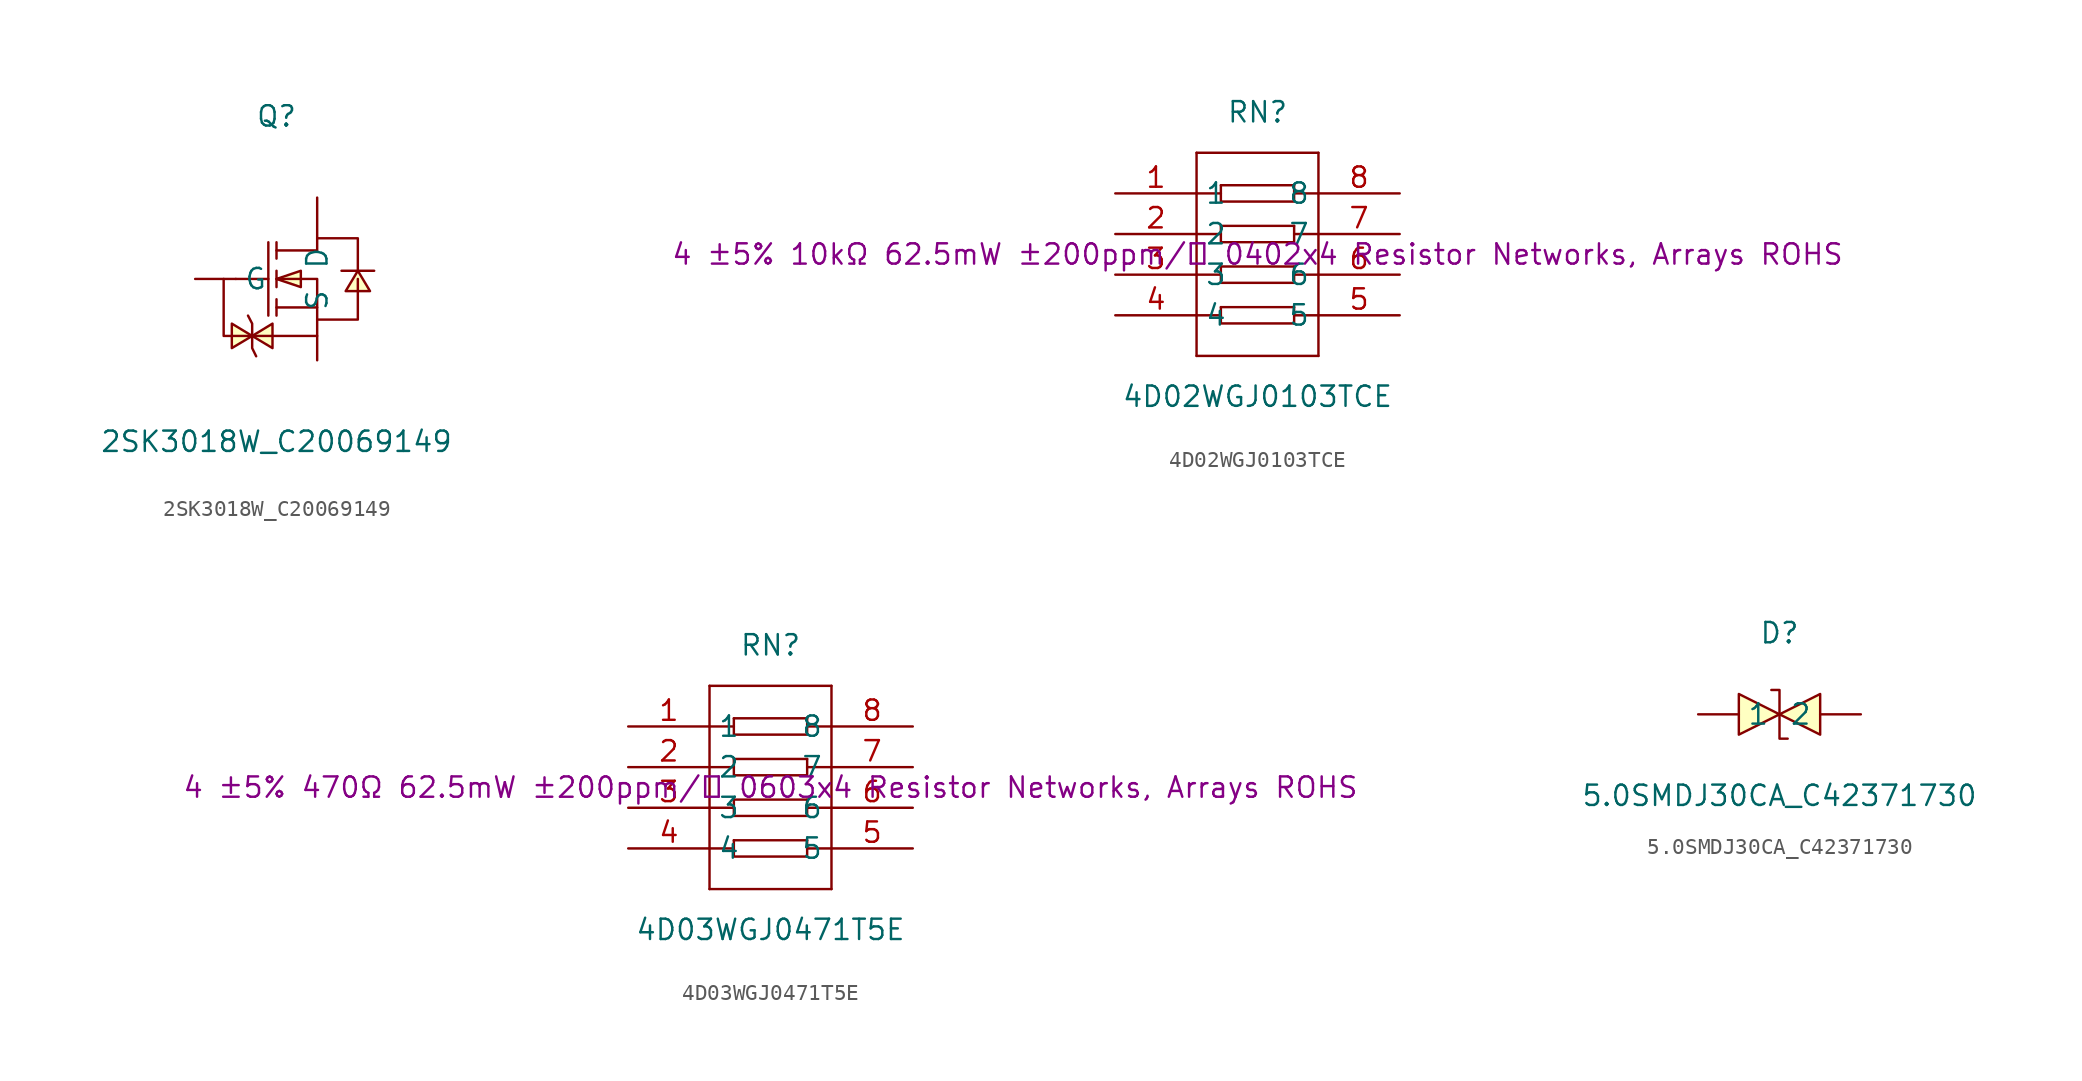
<source format=kicad_sym>
(kicad_symbol_lib
  (version 20241209)
  (generator "kicad_symbol_editor")
  (generator_version "9.0")
  (symbol "2SK3018W_C20069149"
    (pin_numbers
      (hide yes))
    (property "Reference" "Q"
      (at 0 10.16 0)
      (effects (font (size 1.27 1.27))))
    (property "Value" "2SK3018W_C20069149"
      (at 0 -10.16 0)
      (effects (font (size 1.27 1.27))))
    (symbol "2SK3018W_C20069149_0_1"
      (polyline (pts (xy -2.54 0) (xy -0.51 0)) (stroke (width 0) (type default)) (fill (type none)))
      (polyline (pts (xy -1.78 -2.29) (xy -1.52 -2.79) (xy -1.52 -4.32) (xy -1.27 -4.83)) (stroke (width 0) (type default)) (fill (type none)))
      (polyline (pts (xy -1.52 -3.56) (xy -2.79 -2.79) (xy -2.79 -4.32) (xy -1.52 -3.56)) (stroke (width 0) (type default)) (fill (type background)))
      (polyline (pts (xy -1.52 -3.56) (xy -0.25 -4.32) (xy -0.25 -2.79) (xy -1.52 -3.56)) (stroke (width 0) (type default)) (fill (type background)))
      (polyline (pts (xy -0.51 2.29) (xy -0.51 -2.29)) (stroke (width 0) (type default)) (fill (type none)))
      (polyline (pts (xy 0 2.29) (xy 0 1.27)) (stroke (width 0) (type default)) (fill (type none)))
      (polyline (pts (xy 0 1.78) (xy 2.54 1.78) (xy 2.54 2.54) (xy 5.08 2.54) (xy 5.08 2.54) (xy 5.08 0.51)) (stroke (width 0) (type default)) (fill (type none)))
      (polyline (pts (xy 0 0) (xy 1.52 -0.51) (xy 1.52 0.51) (xy 0 0)) (stroke (width 0) (type default)) (fill (type background)))
      (polyline (pts (xy 0 0) (xy 2.54 0) (xy 2.54 -2.54) (xy 5.08 -2.54) (xy 5.08 -2.54) (xy 5.08 0)) (stroke (width 0) (type default)) (fill (type none)))
      (polyline (pts (xy 0 -0.51) (xy 0 0.51)) (stroke (width 0) (type default)) (fill (type none)))
      (polyline (pts (xy 0 -2.29) (xy 0 -1.27)) (stroke (width 0) (type default)) (fill (type none)))
      (polyline (pts (xy 2.54 -1.78) (xy 0 -1.78)) (stroke (width 0) (type default)) (fill (type none)))
      (polyline (pts (xy 2.54 -3.56) (xy -3.3 -3.56) (xy -3.3 0)) (stroke (width 0) (type default)) (fill (type none)))
      (polyline (pts (xy 5.08 0.51) (xy 4.32 -0.76) (xy 5.84 -0.76) (xy 5.08 0.51)) (stroke (width 0) (type default)) (fill (type background)))
      (polyline (pts (xy 6.1 0.51) (xy 5.59 0.51) (xy 4.57 0.51) (xy 4.06 0.51)) (stroke (width 0) (type default)) (fill (type none)))
      (pin unspecified line (at -5.08 0 0) (length 2.54) (name "G" (effects (font (size 1.27 1.27)))) (number "1" (effects (font (size 1.27 1.27)))))
      (pin unspecified line (at 2.54 5.08 270) (length 2.54) (name "D" (effects (font (size 1.27 1.27)))) (number "3" (effects (font (size 1.27 1.27)))))
      (pin unspecified line (at 2.54 -5.08 90) (length 2.54) (name "S" (effects (font (size 1.27 1.27)))) (number "2" (effects (font (size 1.27 1.27)))))))
  (symbol "4D02WGJ0103TCE"
    (property "Reference" "RN"
      (at 0 8.89 0)
      (effects (font (size 1.27 1.27))))
    (property "Value" "4D02WGJ0103TCE"
      (at 0 -8.89 0)
      (effects (font (size 1.27 1.27))))
    (property "Description" "4 ±5% 10kΩ 62.5mW ±200ppm/℃ 0402x4 Resistor Networks, Arrays ROHS"
      (at 0 0 0)
      (effects (font (size 1.27 1.27))))
    (symbol "4D02WGJ0103TCE_0_1"
      (polyline (pts (xy -3.81 6.35) (xy -3.81 -6.35)) (stroke (width 0) (type default)) (fill (type none)))
      (polyline (pts (xy -3.81 6.35) (xy 3.81 6.35)) (stroke (width 0) (type default)) (fill (type none)))
      (polyline (pts (xy -3.81 3.81) (xy -2.29 3.81)) (stroke (width 0) (type default)) (fill (type none)))
      (polyline (pts (xy -3.81 1.27) (xy -2.29 1.27)) (stroke (width 0) (type default)) (fill (type none)))
      (polyline (pts (xy -3.81 -1.27) (xy -2.29 -1.27)) (stroke (width 0) (type default)) (fill (type none)))
      (polyline (pts (xy -3.81 -3.81) (xy -2.29 -3.81)) (stroke (width 0) (type default)) (fill (type none)))
      (polyline (pts (xy -3.81 -6.35) (xy 3.81 -6.35)) (stroke (width 0) (type default)) (fill (type none)))
      (polyline (pts (xy -2.29 4.32) (xy 2.29 4.32)) (stroke (width 0) (type default)) (fill (type none)))
      (polyline (pts (xy -2.29 4.32) (xy -2.29 3.3) (xy 2.29 3.3) (xy 2.29 4.32)) (stroke (width 0) (type default)) (fill (type none)))
      (polyline (pts (xy -2.29 1.78) (xy 2.29 1.78)) (stroke (width 0) (type default)) (fill (type none)))
      (polyline (pts (xy -2.29 1.78) (xy -2.29 0.76) (xy 2.29 0.76) (xy 2.29 1.78)) (stroke (width 0) (type default)) (fill (type none)))
      (polyline (pts (xy -2.29 -0.76) (xy 2.29 -0.76)) (stroke (width 0) (type default)) (fill (type none)))
      (polyline (pts (xy -2.29 -0.76) (xy -2.29 -1.78) (xy 2.29 -1.78) (xy 2.29 -0.76)) (stroke (width 0) (type default)) (fill (type none)))
      (polyline (pts (xy -2.29 -3.3) (xy 2.29 -3.3)) (stroke (width 0) (type default)) (fill (type none)))
      (polyline (pts (xy -2.29 -3.3) (xy -2.29 -4.32) (xy 2.29 -4.32) (xy 2.29 -3.3)) (stroke (width 0) (type default)) (fill (type none)))
      (polyline (pts (xy 2.29 3.81) (xy 3.81 3.81)) (stroke (width 0) (type default)) (fill (type none)))
      (polyline (pts (xy 2.29 1.27) (xy 3.81 1.27)) (stroke (width 0) (type default)) (fill (type none)))
      (polyline (pts (xy 2.29 -1.27) (xy 3.81 -1.27)) (stroke (width 0) (type default)) (fill (type none)))
      (polyline (pts (xy 2.29 -3.81) (xy 3.81 -3.81)) (stroke (width 0) (type default)) (fill (type none)))
      (polyline (pts (xy 3.81 6.35) (xy 3.81 -6.35)) (stroke (width 0) (type default)) (fill (type none)))
      (pin input line (at -8.89 3.81 0) (length 5.08) (name "1" (effects (font (size 1.27 1.27)))) (number "1" (effects (font (size 1.27 1.27)))))
      (pin input line (at -8.89 1.27 0) (length 5.08) (name "2" (effects (font (size 1.27 1.27)))) (number "2" (effects (font (size 1.27 1.27)))))
      (pin input line (at -8.89 -1.27 0) (length 5.08) (name "3" (effects (font (size 1.27 1.27)))) (number "3" (effects (font (size 1.27 1.27)))))
      (pin input line (at -8.89 -3.81 0) (length 5.08) (name "4" (effects (font (size 1.27 1.27)))) (number "4" (effects (font (size 1.27 1.27)))))
      (pin input line (at 8.89 3.81 180) (length 5.08) (name "8" (effects (font (size 1.27 1.27)))) (number "8" (effects (font (size 1.27 1.27)))))
      (pin input line (at 8.89 1.27 180) (length 5.08) (name "7" (effects (font (size 1.27 1.27)))) (number "7" (effects (font (size 1.27 1.27)))))
      (pin input line (at 8.89 -1.27 180) (length 5.08) (name "6" (effects (font (size 1.27 1.27)))) (number "6" (effects (font (size 1.27 1.27)))))
      (pin input line (at 8.89 -3.81 180) (length 5.08) (name "5" (effects (font (size 1.27 1.27)))) (number "5" (effects (font (size 1.27 1.27)))))))
  (symbol "4D03WGJ0471T5E"
    (property "Reference" "RN"
      (at 0 8.89 0)
      (effects (font (size 1.27 1.27))))
    (property "Value" "4D03WGJ0471T5E"
      (at 0 -8.89 0)
      (effects (font (size 1.27 1.27))))
    (property "Description" "4 ±5% 470Ω 62.5mW ±200ppm/℃ 0603x4 Resistor Networks, Arrays ROHS"
      (at 0 0 0)
      (effects (font (size 1.27 1.27))))
    (symbol "4D03WGJ0471T5E_0_1"
      (polyline (pts (xy -3.81 6.35) (xy -3.81 -6.35)) (stroke (width 0) (type default)) (fill (type none)))
      (polyline (pts (xy -3.81 6.35) (xy 3.81 6.35)) (stroke (width 0) (type default)) (fill (type none)))
      (polyline (pts (xy -3.81 3.81) (xy -2.29 3.81)) (stroke (width 0) (type default)) (fill (type none)))
      (polyline (pts (xy -3.81 1.27) (xy -2.29 1.27)) (stroke (width 0) (type default)) (fill (type none)))
      (polyline (pts (xy -3.81 -1.27) (xy -2.29 -1.27)) (stroke (width 0) (type default)) (fill (type none)))
      (polyline (pts (xy -3.81 -3.81) (xy -2.29 -3.81)) (stroke (width 0) (type default)) (fill (type none)))
      (polyline (pts (xy -3.81 -6.35) (xy 3.81 -6.35)) (stroke (width 0) (type default)) (fill (type none)))
      (polyline (pts (xy -2.29 4.32) (xy 2.29 4.32)) (stroke (width 0) (type default)) (fill (type none)))
      (polyline (pts (xy -2.29 4.32) (xy -2.29 3.3) (xy 2.29 3.3) (xy 2.29 4.32)) (stroke (width 0) (type default)) (fill (type none)))
      (polyline (pts (xy -2.29 1.78) (xy 2.29 1.78)) (stroke (width 0) (type default)) (fill (type none)))
      (polyline (pts (xy -2.29 1.78) (xy -2.29 0.76) (xy 2.29 0.76) (xy 2.29 1.78)) (stroke (width 0) (type default)) (fill (type none)))
      (polyline (pts (xy -2.29 -0.76) (xy 2.29 -0.76)) (stroke (width 0) (type default)) (fill (type none)))
      (polyline (pts (xy -2.29 -0.76) (xy -2.29 -1.78) (xy 2.29 -1.78) (xy 2.29 -0.76)) (stroke (width 0) (type default)) (fill (type none)))
      (polyline (pts (xy -2.29 -3.3) (xy 2.29 -3.3)) (stroke (width 0) (type default)) (fill (type none)))
      (polyline (pts (xy -2.29 -3.3) (xy -2.29 -4.32) (xy 2.29 -4.32) (xy 2.29 -3.3)) (stroke (width 0) (type default)) (fill (type none)))
      (polyline (pts (xy 2.29 3.81) (xy 3.81 3.81)) (stroke (width 0) (type default)) (fill (type none)))
      (polyline (pts (xy 2.29 1.27) (xy 3.81 1.27)) (stroke (width 0) (type default)) (fill (type none)))
      (polyline (pts (xy 2.29 -1.27) (xy 3.81 -1.27)) (stroke (width 0) (type default)) (fill (type none)))
      (polyline (pts (xy 2.29 -3.81) (xy 3.81 -3.81)) (stroke (width 0) (type default)) (fill (type none)))
      (polyline (pts (xy 3.81 6.35) (xy 3.81 -6.35)) (stroke (width 0) (type default)) (fill (type none)))
      (pin input line (at -8.89 3.81 0) (length 5.08) (name "1" (effects (font (size 1.27 1.27)))) (number "1" (effects (font (size 1.27 1.27)))))
      (pin input line (at -8.89 1.27 0) (length 5.08) (name "2" (effects (font (size 1.27 1.27)))) (number "2" (effects (font (size 1.27 1.27)))))
      (pin input line (at -8.89 -1.27 0) (length 5.08) (name "3" (effects (font (size 1.27 1.27)))) (number "3" (effects (font (size 1.27 1.27)))))
      (pin input line (at -8.89 -3.81 0) (length 5.08) (name "4" (effects (font (size 1.27 1.27)))) (number "4" (effects (font (size 1.27 1.27)))))
      (pin input line (at 8.89 3.81 180) (length 5.08) (name "8" (effects (font (size 1.27 1.27)))) (number "8" (effects (font (size 1.27 1.27)))))
      (pin input line (at 8.89 1.27 180) (length 5.08) (name "7" (effects (font (size 1.27 1.27)))) (number "7" (effects (font (size 1.27 1.27)))))
      (pin input line (at 8.89 -1.27 180) (length 5.08) (name "6" (effects (font (size 1.27 1.27)))) (number "6" (effects (font (size 1.27 1.27)))))
      (pin input line (at 8.89 -3.81 180) (length 5.08) (name "5" (effects (font (size 1.27 1.27)))) (number "5" (effects (font (size 1.27 1.27)))))))
  (symbol "5.0SMDJ30CA_C42371730"
    (pin_numbers
      (hide yes))
    (property "Reference" "D"
      (at 0 5.08 0)
      (effects (font (size 1.27 1.27))))
    (property "Value" "5.0SMDJ30CA_C42371730"
      (at 0 -5.08 0)
      (effects (font (size 1.27 1.27))))
    (symbol "5.0SMDJ30CA_C42371730_0_1"
      (polyline (pts (xy -2.54 1.27) (xy 0 0) (xy -2.54 -1.27) (xy -2.54 1.27)) (stroke (width 0) (type default)) (fill (type background)))
      (polyline (pts (xy -0.51 1.52) (xy -0.51 1.52) (xy 0 1.52) (xy 0 -1.52) (xy 0.51 -1.52) (xy 0.51 -1.52)) (stroke (width 0) (type default)) (fill (type none)))
      (polyline (pts (xy 2.54 1.27) (xy 0 0) (xy 2.54 -1.27) (xy 2.54 1.27)) (stroke (width 0) (type default)) (fill (type background)))
      (pin unspecified line (at -5.08 0 0) (length 2.54) (name "1" (effects (font (size 1.27 1.27)))) (number "1" (effects (font (size 1.27 1.27)))))
      (pin unspecified line (at 5.08 0 180) (length 2.54) (name "2" (effects (font (size 1.27 1.27)))) (number "2" (effects (font (size 1.27 1.27))))))))
</source>
